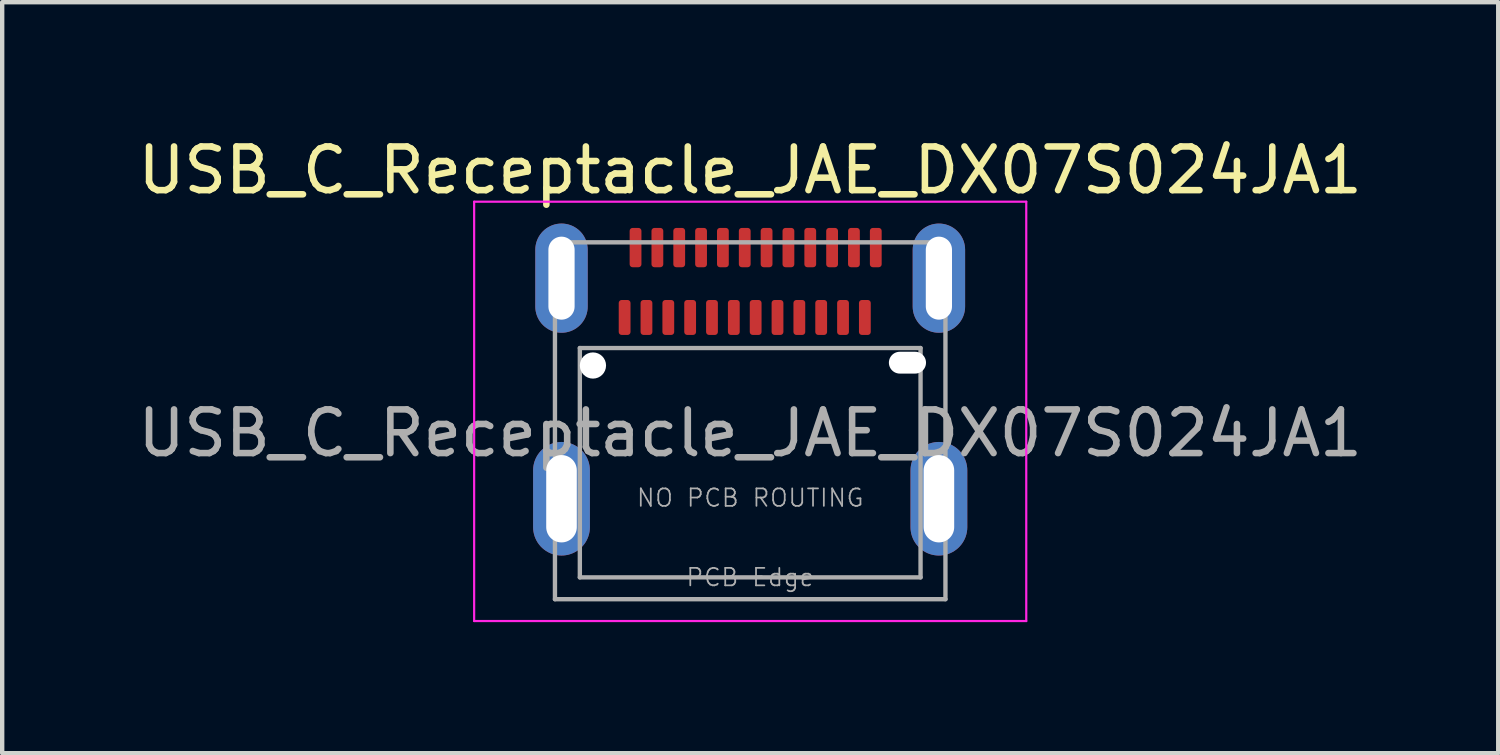
<source format=kicad_pcb>
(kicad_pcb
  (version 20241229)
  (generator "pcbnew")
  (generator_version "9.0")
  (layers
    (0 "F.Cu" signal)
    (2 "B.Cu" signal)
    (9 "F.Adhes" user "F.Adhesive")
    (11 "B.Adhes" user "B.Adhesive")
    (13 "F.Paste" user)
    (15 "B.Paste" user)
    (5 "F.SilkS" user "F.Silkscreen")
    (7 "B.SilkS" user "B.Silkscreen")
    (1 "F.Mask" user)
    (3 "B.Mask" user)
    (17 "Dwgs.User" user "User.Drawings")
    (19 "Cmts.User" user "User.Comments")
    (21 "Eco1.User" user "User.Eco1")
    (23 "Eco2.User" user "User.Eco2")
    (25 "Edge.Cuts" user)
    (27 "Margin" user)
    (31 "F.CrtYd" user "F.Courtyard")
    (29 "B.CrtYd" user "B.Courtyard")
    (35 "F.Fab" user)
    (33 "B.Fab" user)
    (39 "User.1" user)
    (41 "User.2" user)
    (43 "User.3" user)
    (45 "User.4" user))
  (footprint "USB_C_Receptacle_JAE_DX07S024JA1"
    (layer "F.Cu")
    (at 14.125 6.868)
    (property "Reference" "USB_C_Receptacle_JAE_DX07S024JA1" (at 0 -6.02 0) (layer "F.SilkS") (effects (font (size 1 1) (thickness 0.15))))
    (attr smd)
    (fp_line (start -6.32 -5.3) (end -6.32 4.3) (stroke (width 0.05) (type solid)) (layer "F.CrtYd"))
    (fp_line (start -6.32 4.3) (end 6.32 4.3) (stroke (width 0.05) (type solid)) (layer "F.CrtYd"))
    (fp_line (start 6.32 -5.3) (end -6.32 -5.3) (stroke (width 0.05) (type solid)) (layer "F.CrtYd"))
    (fp_line (start 6.32 4.3) (end 6.32 -5.3) (stroke (width 0.05) (type solid)) (layer "F.CrtYd"))
    (fp_line (start -4.47 -4.37) (end 4.47 -4.37) (stroke (width 0.1) (type solid)) (layer "F.Fab"))
    (fp_line (start -4.47 3.8) (end -4.47 -4.37) (stroke (width 0.1) (type solid)) (layer "F.Fab"))
    (fp_line (start -4.47 3.8) (end 4.47 3.8) (stroke (width 0.1) (type solid)) (layer "F.Fab"))
    (fp_line (start -3.9 -1.95) (end 3.9 -1.95) (stroke (width 0.1) (type solid)) (layer "F.Fab"))
    (fp_line (start -3.9 3.3) (end -3.9 -1.95) (stroke (width 0.1) (type solid)) (layer "F.Fab"))
    (fp_line (start -3.9 3.3) (end 3.9 3.3) (stroke (width 0.1) (type solid)) (layer "F.Fab"))
    (fp_line (start 3.9 3.3) (end 3.9 -1.95) (stroke (width 0.1) (type solid)) (layer "F.Fab"))
    (fp_line (start 4.47 3.8) (end 4.47 -4.37) (stroke (width 0.1) (type solid)) (layer "F.Fab"))
    (fp_text user "${REFERENCE}" (at 0 0 0) (layer "F.Fab") (effects (font (size 1 1) (thickness 0.15))))
    (fp_text user "PCB Edge" (at 0 3.3 0) (layer "F.Fab") (effects (font (size 0.4 0.4) (thickness 0.04))))
    (fp_text user "NO PCB ROUTING" (at 0 1.48 0) (layer "F.Fab") (effects (font (size 0.4 0.4) (thickness 0.04))))
    (pad "" smd roundrect (at -4.72 -3.5) (size 2 2.6) (layers "F.Paste") (roundrect_rratio 0.1))
    (pad "" smd roundrect (at -4.66 1.2) (size 2 3.2) (layers "F.Paste") (roundrect_rratio 0.1))
    (pad "" np_thru_hole oval (at -3.6 -1.55) (size 0.6 0.6) (drill 0.6) (layers "*.Cu" "*.Mask"))
    (pad "" np_thru_hole oval (at 3.6 -1.615) (size 0.85 0.5) (drill oval 0.85 0.5) (layers "*.Cu" "*.Mask"))
    (pad "" smd roundrect (at 4.66 1.2) (size 2 3.2) (layers "F.Paste") (roundrect_rratio 0.1))
    (pad "" smd roundrect (at 4.72 -3.5) (size 2 2.6) (layers "F.Paste") (roundrect_rratio 0.1))
    (pad "A1" smd roundrect (at -2.625 -4.25) (size 0.27 0.9) (layers "F.Cu" "F.Mask" "F.Paste") (roundrect_rratio 0.25))
    (pad "A2" smd roundrect (at -2.125 -4.25) (size 0.27 0.9) (layers "F.Cu" "F.Mask" "F.Paste") (roundrect_rratio 0.25))
    (pad "A3" smd roundrect (at -1.625 -4.25) (size 0.27 0.9) (layers "F.Cu" "F.Mask" "F.Paste") (roundrect_rratio 0.25))
    (pad "A4" smd roundrect (at -1.125 -4.25) (size 0.27 0.9) (layers "F.Cu" "F.Mask" "F.Paste") (roundrect_rratio 0.25))
    (pad "A5" smd roundrect (at -0.625 -4.25) (size 0.27 0.9) (layers "F.Cu" "F.Mask" "F.Paste") (roundrect_rratio 0.25))
    (pad "A6" smd roundrect (at -0.125 -4.25) (size 0.27 0.9) (layers "F.Cu" "F.Mask" "F.Paste") (roundrect_rratio 0.25))
    (pad "A7" smd roundrect (at 0.375 -4.25) (size 0.27 0.9) (layers "F.Cu" "F.Mask" "F.Paste") (roundrect_rratio 0.25))
    (pad "A8" smd roundrect (at 0.875 -4.25) (size 0.27 0.9) (layers "F.Cu" "F.Mask" "F.Paste") (roundrect_rratio 0.25))
    (pad "A9" smd roundrect (at 1.375 -4.25) (size 0.27 0.9) (layers "F.Cu" "F.Mask" "F.Paste") (roundrect_rratio 0.25))
    (pad "A10" smd roundrect (at 1.875 -4.25) (size 0.27 0.9) (layers "F.Cu" "F.Mask" "F.Paste") (roundrect_rratio 0.25))
    (pad "A11" smd roundrect (at 2.375 -4.25) (size 0.27 0.9) (layers "F.Cu" "F.Mask" "F.Paste") (roundrect_rratio 0.25))
    (pad "A12" smd roundrect (at 2.875 -4.25) (size 0.27 0.9) (layers "F.Cu" "F.Mask" "F.Paste") (roundrect_rratio 0.25))
    (pad "B1" smd roundrect (at 2.625 -2.65) (size 0.27 0.8) (layers "F.Cu" "F.Mask" "F.Paste") (roundrect_rratio 0.25))
    (pad "B2" smd roundrect (at 2.125 -2.65) (size 0.27 0.8) (layers "F.Cu" "F.Mask" "F.Paste") (roundrect_rratio 0.25))
    (pad "B3" smd roundrect (at 1.625 -2.65) (size 0.27 0.8) (layers "F.Cu" "F.Mask" "F.Paste") (roundrect_rratio 0.25))
    (pad "B4" smd roundrect (at 1.125 -2.65) (size 0.27 0.8) (layers "F.Cu" "F.Mask" "F.Paste") (roundrect_rratio 0.25))
    (pad "B5" smd roundrect (at 0.625 -2.65) (size 0.27 0.8) (layers "F.Cu" "F.Mask" "F.Paste") (roundrect_rratio 0.25))
    (pad "B6" smd roundrect (at 0.125 -2.65) (size 0.27 0.8) (layers "F.Cu" "F.Mask" "F.Paste") (roundrect_rratio 0.25))
    (pad "B7" smd roundrect (at -0.375 -2.65) (size 0.27 0.8) (layers "F.Cu" "F.Mask" "F.Paste") (roundrect_rratio 0.25))
    (pad "B8" smd roundrect (at -0.875 -2.65) (size 0.27 0.8) (layers "F.Cu" "F.Mask" "F.Paste") (roundrect_rratio 0.25))
    (pad "B9" smd roundrect (at -1.375 -2.65) (size 0.27 0.8) (layers "F.Cu" "F.Mask" "F.Paste") (roundrect_rratio 0.25))
    (pad "B10" smd roundrect (at -1.875 -2.65) (size 0.27 0.8) (layers "F.Cu" "F.Mask" "F.Paste") (roundrect_rratio 0.25))
    (pad "B11" smd roundrect (at -2.375 -2.65) (size 0.27 0.8) (layers "F.Cu" "F.Mask" "F.Paste") (roundrect_rratio 0.25))
    (pad "B12" smd roundrect (at -2.875 -2.65) (size 0.27 0.8) (layers "F.Cu" "F.Mask" "F.Paste") (roundrect_rratio 0.25))
    (pad "S1" thru_hole oval (at -4.32 -3.55) (size 1.2 2.5) (drill oval 0.6 1.9) (layers "*.Cu" "*.Mask"))
    (pad "S1" thru_hole oval (at -4.32 1.5) (size 1.3 2.6) (drill oval 0.7 2) (layers "*.Cu" "*.Mask"))
    (pad "S1" thru_hole oval (at 4.32 -3.55) (size 1.2 2.5) (drill oval 0.6 1.9) (layers "*.Cu" "*.Mask"))
    (pad "S1" thru_hole oval (at 4.32 1.5) (size 1.3 2.6) (drill oval 0.7 2) (layers "*.Cu" "*.Mask")))
  (gr_rect
    (start -3 -3)
    (end 31.25 14.193)
    (stroke (width 0.1) (type default))
    (fill no)
    (layer "Edge.Cuts")))
</source>
